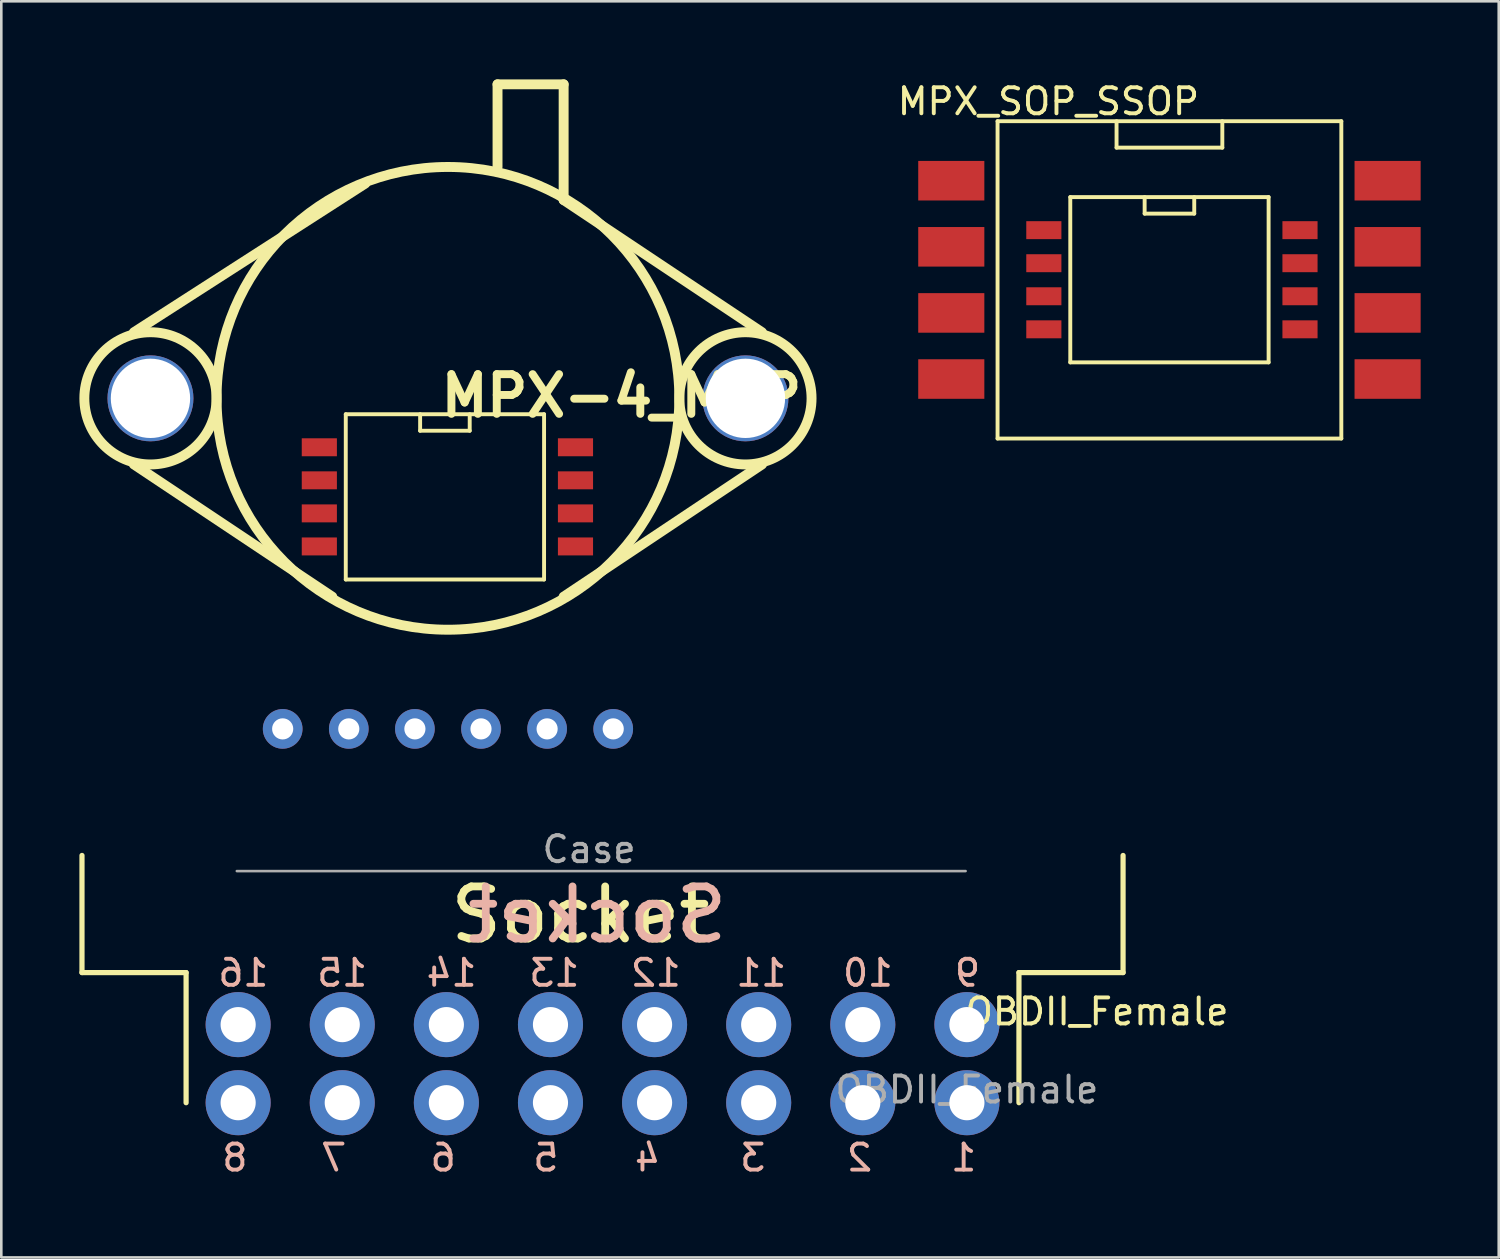
<source format=kicad_pcb>
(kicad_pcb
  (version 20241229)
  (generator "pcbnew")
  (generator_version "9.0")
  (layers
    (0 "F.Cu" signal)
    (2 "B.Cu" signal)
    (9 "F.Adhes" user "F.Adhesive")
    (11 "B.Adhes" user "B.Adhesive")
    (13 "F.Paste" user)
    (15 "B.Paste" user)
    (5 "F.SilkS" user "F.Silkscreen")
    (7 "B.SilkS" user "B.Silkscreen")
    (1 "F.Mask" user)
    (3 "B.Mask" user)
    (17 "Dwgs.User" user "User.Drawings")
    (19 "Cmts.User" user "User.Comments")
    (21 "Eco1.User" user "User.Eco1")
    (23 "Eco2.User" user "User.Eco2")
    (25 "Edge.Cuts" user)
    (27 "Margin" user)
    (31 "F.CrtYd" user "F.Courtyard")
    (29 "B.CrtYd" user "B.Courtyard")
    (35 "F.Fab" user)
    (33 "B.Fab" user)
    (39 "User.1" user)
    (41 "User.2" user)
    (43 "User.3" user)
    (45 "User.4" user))
  (footprint "MPX_SOP_SSOP"
    (layer "F.Cu")
    (at 41.882 7.698)
    (property "Reference" "MPX_SOP_SSOP" (at -4.65 -6.85 0) (unlocked yes) (layer "F.SilkS") (effects (font (size 1 1) (thickness 0.15))))
    (fp_line (start -6.604 6.101) (end -6.604 -6.091) (stroke (width 0.15) (type solid)) (layer "F.SilkS"))
    (fp_line (start -3.81 -3.175) (end -3.81 3.175) (stroke (width 0.15) (type solid)) (layer "F.SilkS"))
    (fp_line (start -3.81 3.175) (end 3.81 3.175) (stroke (width 0.15) (type solid)) (layer "F.SilkS"))
    (fp_line (start -2.032 -6.091) (end -2.032 -5.075) (stroke (width 0.15) (type solid)) (layer "F.SilkS"))
    (fp_line (start -0.953 -2.54) (end -0.953 -3.175) (stroke (width 0.15) (type solid)) (layer "F.SilkS"))
    (fp_line (start 0.953 -3.175) (end 0.953 -2.54) (stroke (width 0.15) (type solid)) (layer "F.SilkS"))
    (fp_line (start 0.953 -2.54) (end -0.953 -2.54) (stroke (width 0.15) (type solid)) (layer "F.SilkS"))
    (fp_line (start 2.032 -6.091) (end 2.032 -5.075) (stroke (width 0.15) (type solid)) (layer "F.SilkS"))
    (fp_line (start 2.032 -5.075) (end -2.032 -5.075) (stroke (width 0.15) (type solid)) (layer "F.SilkS"))
    (fp_line (start 3.81 -3.175) (end -3.81 -3.175) (stroke (width 0.15) (type solid)) (layer "F.SilkS"))
    (fp_line (start 3.81 3.175) (end 3.81 -3.175) (stroke (width 0.15) (type solid)) (layer "F.SilkS"))
    (fp_line (start 6.604 -6.091) (end -6.604 -6.091) (stroke (width 0.15) (type solid)) (layer "F.SilkS"))
    (fp_line (start 6.604 -6.091) (end 6.604 6.101) (stroke (width 0.15) (type solid)) (layer "F.SilkS"))
    (fp_line (start 6.604 6.101) (end -6.604 6.101) (stroke (width 0.15) (type solid)) (layer "F.SilkS"))
    (pad "1" smd rect (at -8.382 -3.805 270) (size 1.52 2.54) (layers "F.Cu" "F.Mask" "F.Paste"))
    (pad "1" smd rect (at -4.826 -1.905 270) (size 0.69 1.35) (layers "F.Cu" "F.Mask" "F.Paste"))
    (pad "2" smd rect (at -8.382 -1.265 270) (size 1.52 2.54) (layers "F.Cu" "F.Mask" "F.Paste"))
    (pad "2" smd rect (at -4.826 -0.635 270) (size 0.69 1.35) (layers "F.Cu" "F.Mask" "F.Paste"))
    (pad "3" smd rect (at -8.382 1.275 270) (size 1.52 2.54) (layers "F.Cu" "F.Mask" "F.Paste"))
    (pad "3" smd rect (at -4.826 0.635 270) (size 0.69 1.35) (layers "F.Cu" "F.Mask" "F.Paste"))
    (pad "4" smd rect (at -8.382 3.815 270) (size 1.52 2.54) (layers "F.Cu" "F.Mask" "F.Paste"))
    (pad "4" smd rect (at -4.826 1.905 270) (size 0.69 1.35) (layers "F.Cu" "F.Mask" "F.Paste"))
    (pad "5" smd rect (at 5.016 1.905 270) (size 0.69 1.35) (layers "F.Cu" "F.Mask" "F.Paste"))
    (pad "5" smd rect (at 8.382 3.815 270) (size 1.52 2.54) (layers "F.Cu" "F.Mask" "F.Paste"))
    (pad "6" smd rect (at 5.016 0.635 270) (size 0.69 1.35) (layers "F.Cu" "F.Mask" "F.Paste"))
    (pad "6" smd rect (at 8.382 1.275 270) (size 1.52 2.54) (layers "F.Cu" "F.Mask" "F.Paste"))
    (pad "7" smd rect (at 5.016 -0.635 270) (size 0.69 1.35) (layers "F.Cu" "F.Mask" "F.Paste"))
    (pad "7" smd rect (at 8.382 -1.265 270) (size 1.52 2.54) (layers "F.Cu" "F.Mask" "F.Paste"))
    (pad "8" smd rect (at 5.016 -1.905 270) (size 0.69 1.35) (layers "F.Cu" "F.Mask" "F.Paste"))
    (pad "8" smd rect (at 8.382 -3.805 270) (size 1.52 2.54) (layers "F.Cu" "F.Mask" "F.Paste")))
  (footprint "MPX-4_MAP"
    (layer "F.Cu")
    (at 14.161 8.445)
    (property "Reference" "MPX-4_MAP" (at 6.665 3.716 0) (layer "F.SilkS") (effects (font (size 1.524 1.524) (thickness 0.305))))
    (attr through_hole)
    (fp_line (start -12.065 1.27) (end -3.175 -4.445) (stroke (width 0.381) (type solid)) (layer "F.SilkS"))
    (fp_line (start -4.445 11.43) (end -12.065 6.35) (stroke (width 0.381) (type solid)) (layer "F.SilkS"))
    (fp_line (start -3.926 4.42) (end -3.926 10.77) (stroke (width 0.15) (type solid)) (layer "F.SilkS"))
    (fp_line (start -3.926 10.77) (end 3.693 10.77) (stroke (width 0.15) (type solid)) (layer "F.SilkS"))
    (fp_line (start -1.069 5.055) (end -1.069 4.42) (stroke (width 0.15) (type solid)) (layer "F.SilkS"))
    (fp_line (start 0.836 4.42) (end 0.836 5.055) (stroke (width 0.15) (type solid)) (layer "F.SilkS"))
    (fp_line (start 0.836 5.055) (end -1.069 5.055) (stroke (width 0.15) (type solid)) (layer "F.SilkS"))
    (fp_line (start 1.905 -8.255) (end 4.445 -8.255) (stroke (width 0.381) (type solid)) (layer "F.SilkS"))
    (fp_line (start 1.905 -5.08) (end 1.905 -8.255) (stroke (width 0.381) (type solid)) (layer "F.SilkS"))
    (fp_line (start 3.693 4.42) (end -3.926 4.42) (stroke (width 0.15) (type solid)) (layer "F.SilkS"))
    (fp_line (start 3.693 10.77) (end 3.693 4.42) (stroke (width 0.15) (type solid)) (layer "F.SilkS"))
    (fp_line (start 4.445 -8.255) (end 4.445 -3.81) (stroke (width 0.381) (type solid)) (layer "F.SilkS"))
    (fp_line (start 4.445 -3.81) (end 12.065 1.27) (stroke (width 0.381) (type solid)) (layer "F.SilkS"))
    (fp_line (start 4.445 11.43) (end 12.065 6.35) (stroke (width 0.381) (type solid)) (layer "F.SilkS"))
    (fp_circle (center -11.43 3.81) (end -13.97 3.81) (stroke (width 0.381) (type solid)) (fill no) (layer "F.SilkS"))
    (fp_circle (center 0 3.81) (end 0 12.7) (stroke (width 0.381) (type solid)) (fill no) (layer "F.SilkS"))
    (fp_circle (center 11.43 3.81) (end 13.97 3.81) (stroke (width 0.381) (type solid)) (fill no) (layer "F.SilkS"))
    (pad "" thru_hole circle (at -11.43 3.81) (size 3.302 3.302) (drill 3.048) (layers "*.Cu" "*.Mask"))
    (pad "" thru_hole circle (at 11.43 3.81) (size 3.302 3.302) (drill 3.048) (layers "*.Cu" "*.Mask"))
    (pad "0" smd rect (at -4.942 5.69 270) (size 0.69 1.35) (layers "F.Cu" "F.Mask" "F.Paste"))
    (pad "0" smd rect (at 4.9 5.69 270) (size 0.69 1.35) (layers "F.Cu" "F.Mask" "F.Paste"))
    (pad "0" smd rect (at 4.9 6.96 270) (size 0.69 1.35) (layers "F.Cu" "F.Mask" "F.Paste"))
    (pad "0" smd rect (at 4.9 8.23 270) (size 0.69 1.35) (layers "F.Cu" "F.Mask" "F.Paste"))
    (pad "0" smd rect (at 4.9 9.5 270) (size 0.69 1.35) (layers "F.Cu" "F.Mask" "F.Paste"))
    (pad "1" thru_hole circle (at -6.35 16.51) (size 1.524 1.524) (drill 0.813) (layers "*.Cu" "*.Mask"))
    (pad "1" smd rect (at -4.942 9.5 270) (size 0.69 1.35) (layers "F.Cu" "F.Mask" "F.Paste"))
    (pad "2" smd rect (at -4.942 8.23 270) (size 0.69 1.35) (layers "F.Cu" "F.Mask" "F.Paste"))
    (pad "2" thru_hole circle (at -3.81 16.51) (size 1.524 1.524) (drill 0.813) (layers "*.Cu" "*.Mask"))
    (pad "3" smd rect (at -4.942 6.96 270) (size 0.69 1.35) (layers "F.Cu" "F.Mask" "F.Paste"))
    (pad "3" thru_hole circle (at -1.27 16.51) (size 1.524 1.524) (drill 0.813) (layers "*.Cu" "*.Mask"))
    (pad "4" thru_hole circle (at 1.27 16.51) (size 1.524 1.524) (drill 0.813) (layers "*.Cu" "*.Mask"))
    (pad "5" thru_hole circle (at 3.81 16.51) (size 1.524 1.524) (drill 0.813) (layers "*.Cu" "*.Mask"))
    (pad "6" thru_hole circle (at 6.35 16.51) (size 1.524 1.524) (drill 0.813) (layers "*.Cu" "*.Mask")))
  (footprint "OBDII_Female"
    (layer "F.Cu")
    (at 34.1 36.318)
    (property "Reference" "OBDII_Female" (at 5 -0.5 0) (unlocked yes) (layer "F.SilkS") (effects (font (size 1 1) (thickness 0.15))))
    (attr smd)
    (fp_line (start -34 -2) (end -34 -6.5) (stroke (width 0.2) (type default)) (layer "F.SilkS"))
    (fp_line (start -30 -2) (end -34 -2) (stroke (width 0.2) (type default)) (layer "F.SilkS"))
    (fp_line (start -30 3) (end -30 -2) (stroke (width 0.2) (type default)) (layer "F.SilkS"))
    (fp_line (start 2 -2) (end 6 -2) (stroke (width 0.2) (type default)) (layer "F.SilkS"))
    (fp_line (start 2 3) (end 2 -2) (stroke (width 0.2) (type default)) (layer "F.SilkS"))
    (fp_line (start 6 -2) (end 6 -6.5) (stroke (width 0.2) (type default)) (layer "F.SilkS"))
    (fp_line (start -28.05 -5.9) (end -0.05 -5.9) (stroke (width 0.1) (type default)) (layer "F.Fab"))
    (fp_text user "Socket" (at -20 -3.05 0) (unlocked yes) (layer "F.SilkS") (effects (font (size 2 2) (thickness 0.3)) (justify left bottom)))
    (fp_text user "3" (at -7.65 5.7 0) (unlocked yes) (layer "B.SilkS") (effects (font (size 1 1) (thickness 0.15)) (justify left bottom mirror)))
    (fp_text user "15" (at -22.95 -1.4 0) (unlocked yes) (layer "B.SilkS") (effects (font (size 1 1) (thickness 0.15)) (justify left bottom mirror)))
    (fp_text user "12" (at -10.9 -1.4 0) (unlocked yes) (layer "B.SilkS") (effects (font (size 1 1) (thickness 0.15)) (justify left bottom mirror)))
    (fp_text user "1" (at 0.45 5.7 0) (unlocked yes) (layer "B.SilkS") (effects (font (size 1 1) (thickness 0.15)) (justify left bottom mirror)))
    (fp_text user "13" (at -14.8 -1.4 0) (unlocked yes) (layer "B.SilkS") (effects (font (size 1 1) (thickness 0.15)) (justify left bottom mirror)))
    (fp_text user "6" (at -19.55 5.7 0) (unlocked yes) (layer "B.SilkS") (effects (font (size 1 1) (thickness 0.15)) (justify left bottom mirror)))
    (fp_text user "10" (at -2.75 -1.4 0) (unlocked yes) (layer "B.SilkS") (effects (font (size 1 1) (thickness 0.15)) (justify left bottom mirror)))
    (fp_text user "8" (at -27.55 5.7 0) (unlocked yes) (layer "B.SilkS") (effects (font (size 1 1) (thickness 0.15)) (justify left bottom mirror)))
    (fp_text user "14" (at -18.75 -1.4 0) (unlocked yes) (layer "B.SilkS") (effects (font (size 1 1) (thickness 0.15)) (justify left bottom mirror)))
    (fp_text user "4" (at -11.7 5.7 0) (unlocked yes) (layer "B.SilkS") (effects (font (size 1 1) (thickness 0.15)) (justify left bottom mirror)))
    (fp_text user "9" (at 0.6 -1.4 0) (unlocked yes) (layer "B.SilkS") (effects (font (size 1 1) (thickness 0.15)) (justify left bottom mirror)))
    (fp_text user "7" (at -23.75 5.7 0) (unlocked yes) (layer "B.SilkS") (effects (font (size 1 1) (thickness 0.15)) (justify left bottom mirror)))
    (fp_text user "5" (at -15.6 5.7 0) (unlocked yes) (layer "B.SilkS") (effects (font (size 1 1) (thickness 0.15)) (justify left bottom mirror)))
    (fp_text user "Socket" (at -9.05 -3.05 0) (unlocked yes) (layer "B.SilkS") (effects (font (size 2 2) (thickness 0.3)) (justify left bottom mirror)))
    (fp_text user "16" (at -26.75 -1.4 0) (unlocked yes) (layer "B.SilkS") (effects (font (size 1 1) (thickness 0.15)) (justify left bottom mirror)))
    (fp_text user "2" (at -3.55 5.7 0) (unlocked yes) (layer "B.SilkS") (effects (font (size 1 1) (thickness 0.15)) (justify left bottom mirror)))
    (fp_text user "11" (at -6.85 -1.4 0) (unlocked yes) (layer "B.SilkS") (effects (font (size 1 1) (thickness 0.15)) (justify left bottom mirror)))
    (fp_text user "Case" (at -16.4 -6.15 0) (unlocked yes) (layer "F.Fab") (effects (font (size 1 1) (thickness 0.15)) (justify left bottom)))
    (fp_text user "${REFERENCE}" (at 0 2.5 0) (unlocked yes) (layer "F.Fab") (effects (font (size 1 1) (thickness 0.15))))
    (pad "1" thru_hole circle (at 0 3) (size 2.5 2.5) (drill 1.35) (layers "*.Cu" "*.Mask"))
    (pad "2" thru_hole circle (at -4 3) (size 2.5 2.5) (drill 1.35) (layers "*.Cu" "*.Mask"))
    (pad "3" thru_hole circle (at -8 3) (size 2.5 2.5) (drill 1.35) (layers "*.Cu" "*.Mask"))
    (pad "4" thru_hole circle (at -12 3) (size 2.5 2.5) (drill 1.35) (layers "*.Cu" "*.Mask"))
    (pad "5" thru_hole circle (at -16 3) (size 2.5 2.5) (drill 1.35) (layers "*.Cu" "*.Mask"))
    (pad "6" thru_hole circle (at -20 3) (size 2.5 2.5) (drill 1.35) (layers "*.Cu" "*.Mask"))
    (pad "7" thru_hole circle (at -24 3) (size 2.5 2.5) (drill 1.35) (layers "*.Cu" "*.Mask"))
    (pad "8" thru_hole circle (at -28 3) (size 2.5 2.5) (drill 1.35) (layers "*.Cu" "*.Mask"))
    (pad "9" thru_hole circle (at 0 0) (size 2.5 2.5) (drill 1.35) (layers "*.Cu" "*.Mask"))
    (pad "10" thru_hole circle (at -4 0) (size 2.5 2.5) (drill 1.35) (layers "*.Cu" "*.Mask"))
    (pad "11" thru_hole circle (at -8 0) (size 2.5 2.5) (drill 1.35) (layers "*.Cu" "*.Mask"))
    (pad "12" thru_hole circle (at -12 0) (size 2.5 2.5) (drill 1.35) (layers "*.Cu" "*.Mask"))
    (pad "13" thru_hole circle (at -16 0) (size 2.5 2.5) (drill 1.35) (layers "*.Cu" "*.Mask"))
    (pad "14" thru_hole circle (at -20 0) (size 2.5 2.5) (drill 1.35) (layers "*.Cu" "*.Mask"))
    (pad "15" thru_hole circle (at -24 0) (size 2.5 2.5) (drill 1.35) (layers "*.Cu" "*.Mask"))
    (pad "16" thru_hole circle (at -28 0) (size 2.5 2.5) (drill 1.35) (layers "*.Cu" "*.Mask")))
  (gr_rect
    (start -3 -3)
    (end 54.534 45.264)
    (stroke (width 0.1) (type default))
    (fill no)
    (layer "Edge.Cuts")))
</source>
